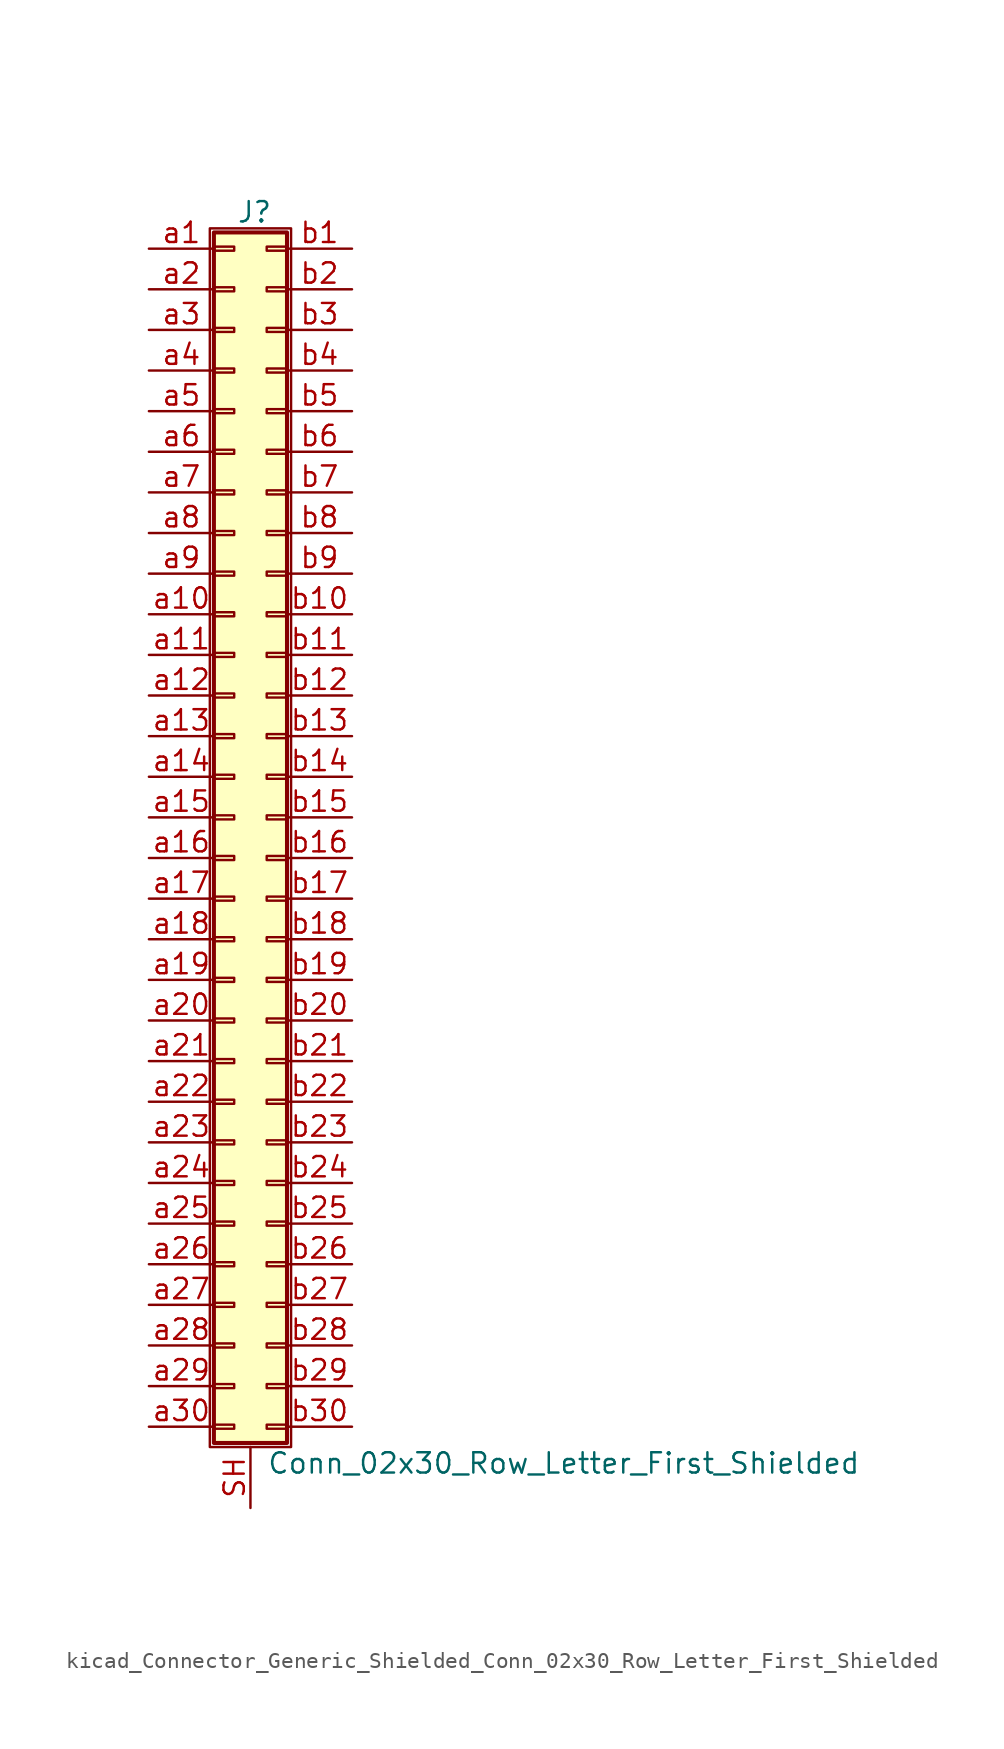
<source format=kicad_sym>
(kicad_symbol_lib
  (version 20220914)
  (generator kicad_symbol_editor)
  (symbol "kicad_Connector_Generic_Shielded_Conn_02x30_Row_Letter_First_Shielded"
    (pin_names
      (offset 1.016) hide)
    (property "Reference" "J"
      (at 1.524 37.846 0)
      (effects (font (size 1.27 1.27))))
    (property "Value" "Conn_02x30_Row_Letter_First_Shielded"
      (at 2.286 -40.386 0)
      (effects (font (size 1.27 1.27)) (justify left)))
    (symbol "kicad_Connector_Generic_Shielded_Conn_02x30_Row_Letter_First_Shielded_1_1"
      (rectangle (start -1.27 36.83) (end 3.81 -39.37) (stroke (width 0.152) (type default)) (fill (type none)))
      (rectangle (start -1.016 -37.973) (end 0.254 -38.227) (stroke (width 0.152) (type default)) (fill (type none)))
      (rectangle (start -1.016 -35.433) (end 0.254 -35.687) (stroke (width 0.152) (type default)) (fill (type none)))
      (rectangle (start -1.016 -32.893) (end 0.254 -33.147) (stroke (width 0.152) (type default)) (fill (type none)))
      (rectangle (start -1.016 -30.353) (end 0.254 -30.607) (stroke (width 0.152) (type default)) (fill (type none)))
      (rectangle (start -1.016 -27.813) (end 0.254 -28.067) (stroke (width 0.152) (type default)) (fill (type none)))
      (rectangle (start -1.016 -25.273) (end 0.254 -25.527) (stroke (width 0.152) (type default)) (fill (type none)))
      (rectangle (start -1.016 -22.733) (end 0.254 -22.987) (stroke (width 0.152) (type default)) (fill (type none)))
      (rectangle (start -1.016 -20.193) (end 0.254 -20.447) (stroke (width 0.152) (type default)) (fill (type none)))
      (rectangle (start -1.016 -17.653) (end 0.254 -17.907) (stroke (width 0.152) (type default)) (fill (type none)))
      (rectangle (start -1.016 -15.113) (end 0.254 -15.367) (stroke (width 0.152) (type default)) (fill (type none)))
      (rectangle (start -1.016 -12.573) (end 0.254 -12.827) (stroke (width 0.152) (type default)) (fill (type none)))
      (rectangle (start -1.016 -10.033) (end 0.254 -10.287) (stroke (width 0.152) (type default)) (fill (type none)))
      (rectangle (start -1.016 -7.493) (end 0.254 -7.747) (stroke (width 0.152) (type default)) (fill (type none)))
      (rectangle (start -1.016 -4.953) (end 0.254 -5.207) (stroke (width 0.152) (type default)) (fill (type none)))
      (rectangle (start -1.016 -2.413) (end 0.254 -2.667) (stroke (width 0.152) (type default)) (fill (type none)))
      (rectangle (start -1.016 0.127) (end 0.254 -0.127) (stroke (width 0.152) (type default)) (fill (type none)))
      (rectangle (start -1.016 2.667) (end 0.254 2.413) (stroke (width 0.152) (type default)) (fill (type none)))
      (rectangle (start -1.016 5.207) (end 0.254 4.953) (stroke (width 0.152) (type default)) (fill (type none)))
      (rectangle (start -1.016 7.747) (end 0.254 7.493) (stroke (width 0.152) (type default)) (fill (type none)))
      (rectangle (start -1.016 10.287) (end 0.254 10.033) (stroke (width 0.152) (type default)) (fill (type none)))
      (rectangle (start -1.016 12.827) (end 0.254 12.573) (stroke (width 0.152) (type default)) (fill (type none)))
      (rectangle (start -1.016 15.367) (end 0.254 15.113) (stroke (width 0.152) (type default)) (fill (type none)))
      (rectangle (start -1.016 17.907) (end 0.254 17.653) (stroke (width 0.152) (type default)) (fill (type none)))
      (rectangle (start -1.016 20.447) (end 0.254 20.193) (stroke (width 0.152) (type default)) (fill (type none)))
      (rectangle (start -1.016 22.987) (end 0.254 22.733) (stroke (width 0.152) (type default)) (fill (type none)))
      (rectangle (start -1.016 25.527) (end 0.254 25.273) (stroke (width 0.152) (type default)) (fill (type none)))
      (rectangle (start -1.016 28.067) (end 0.254 27.813) (stroke (width 0.152) (type default)) (fill (type none)))
      (rectangle (start -1.016 30.607) (end 0.254 30.353) (stroke (width 0.152) (type default)) (fill (type none)))
      (rectangle (start -1.016 33.147) (end 0.254 32.893) (stroke (width 0.152) (type default)) (fill (type none)))
      (rectangle (start -1.016 35.687) (end 0.254 35.433) (stroke (width 0.152) (type default)) (fill (type none)))
      (rectangle (start -1.016 36.576) (end 3.556 -39.116) (stroke (width 0.254) (type default)) (fill (type background)))
      (rectangle (start 3.556 -37.973) (end 2.286 -38.227) (stroke (width 0.152) (type default)) (fill (type none)))
      (rectangle (start 3.556 -35.433) (end 2.286 -35.687) (stroke (width 0.152) (type default)) (fill (type none)))
      (rectangle (start 3.556 -32.893) (end 2.286 -33.147) (stroke (width 0.152) (type default)) (fill (type none)))
      (rectangle (start 3.556 -30.353) (end 2.286 -30.607) (stroke (width 0.152) (type default)) (fill (type none)))
      (rectangle (start 3.556 -27.813) (end 2.286 -28.067) (stroke (width 0.152) (type default)) (fill (type none)))
      (rectangle (start 3.556 -25.273) (end 2.286 -25.527) (stroke (width 0.152) (type default)) (fill (type none)))
      (rectangle (start 3.556 -22.733) (end 2.286 -22.987) (stroke (width 0.152) (type default)) (fill (type none)))
      (rectangle (start 3.556 -20.193) (end 2.286 -20.447) (stroke (width 0.152) (type default)) (fill (type none)))
      (rectangle (start 3.556 -17.653) (end 2.286 -17.907) (stroke (width 0.152) (type default)) (fill (type none)))
      (rectangle (start 3.556 -15.113) (end 2.286 -15.367) (stroke (width 0.152) (type default)) (fill (type none)))
      (rectangle (start 3.556 -12.573) (end 2.286 -12.827) (stroke (width 0.152) (type default)) (fill (type none)))
      (rectangle (start 3.556 -10.033) (end 2.286 -10.287) (stroke (width 0.152) (type default)) (fill (type none)))
      (rectangle (start 3.556 -7.493) (end 2.286 -7.747) (stroke (width 0.152) (type default)) (fill (type none)))
      (rectangle (start 3.556 -4.953) (end 2.286 -5.207) (stroke (width 0.152) (type default)) (fill (type none)))
      (rectangle (start 3.556 -2.413) (end 2.286 -2.667) (stroke (width 0.152) (type default)) (fill (type none)))
      (rectangle (start 3.556 0.127) (end 2.286 -0.127) (stroke (width 0.152) (type default)) (fill (type none)))
      (rectangle (start 3.556 2.667) (end 2.286 2.413) (stroke (width 0.152) (type default)) (fill (type none)))
      (rectangle (start 3.556 5.207) (end 2.286 4.953) (stroke (width 0.152) (type default)) (fill (type none)))
      (rectangle (start 3.556 7.747) (end 2.286 7.493) (stroke (width 0.152) (type default)) (fill (type none)))
      (rectangle (start 3.556 10.287) (end 2.286 10.033) (stroke (width 0.152) (type default)) (fill (type none)))
      (rectangle (start 3.556 12.827) (end 2.286 12.573) (stroke (width 0.152) (type default)) (fill (type none)))
      (rectangle (start 3.556 15.367) (end 2.286 15.113) (stroke (width 0.152) (type default)) (fill (type none)))
      (rectangle (start 3.556 17.907) (end 2.286 17.653) (stroke (width 0.152) (type default)) (fill (type none)))
      (rectangle (start 3.556 20.447) (end 2.286 20.193) (stroke (width 0.152) (type default)) (fill (type none)))
      (rectangle (start 3.556 22.987) (end 2.286 22.733) (stroke (width 0.152) (type default)) (fill (type none)))
      (rectangle (start 3.556 25.527) (end 2.286 25.273) (stroke (width 0.152) (type default)) (fill (type none)))
      (rectangle (start 3.556 28.067) (end 2.286 27.813) (stroke (width 0.152) (type default)) (fill (type none)))
      (rectangle (start 3.556 30.607) (end 2.286 30.353) (stroke (width 0.152) (type default)) (fill (type none)))
      (rectangle (start 3.556 33.147) (end 2.286 32.893) (stroke (width 0.152) (type default)) (fill (type none)))
      (rectangle (start 3.556 35.687) (end 2.286 35.433) (stroke (width 0.152) (type default)) (fill (type none)))
      (pin passive line (at 1.27 -43.18 90) (length 3.81) (name "Shield" (effects (font (size 1.27 1.27)))) (number "SH" (effects (font (size 1.27 1.27)))))
      (pin passive line (at -5.08 35.56 0) (length 4.064) (name "Pin_a1" (effects (font (size 1.27 1.27)))) (number "a1" (effects (font (size 1.27 1.27)))))
      (pin passive line (at -5.08 12.7 0) (length 4.064) (name "Pin_a10" (effects (font (size 1.27 1.27)))) (number "a10" (effects (font (size 1.27 1.27)))))
      (pin passive line (at -5.08 10.16 0) (length 4.064) (name "Pin_a11" (effects (font (size 1.27 1.27)))) (number "a11" (effects (font (size 1.27 1.27)))))
      (pin passive line (at -5.08 7.62 0) (length 4.064) (name "Pin_a12" (effects (font (size 1.27 1.27)))) (number "a12" (effects (font (size 1.27 1.27)))))
      (pin passive line (at -5.08 5.08 0) (length 4.064) (name "Pin_a13" (effects (font (size 1.27 1.27)))) (number "a13" (effects (font (size 1.27 1.27)))))
      (pin passive line (at -5.08 2.54 0) (length 4.064) (name "Pin_a14" (effects (font (size 1.27 1.27)))) (number "a14" (effects (font (size 1.27 1.27)))))
      (pin passive line (at -5.08 0 0) (length 4.064) (name "Pin_a15" (effects (font (size 1.27 1.27)))) (number "a15" (effects (font (size 1.27 1.27)))))
      (pin passive line (at -5.08 -2.54 0) (length 4.064) (name "Pin_a16" (effects (font (size 1.27 1.27)))) (number "a16" (effects (font (size 1.27 1.27)))))
      (pin passive line (at -5.08 -5.08 0) (length 4.064) (name "Pin_a17" (effects (font (size 1.27 1.27)))) (number "a17" (effects (font (size 1.27 1.27)))))
      (pin passive line (at -5.08 -7.62 0) (length 4.064) (name "Pin_a18" (effects (font (size 1.27 1.27)))) (number "a18" (effects (font (size 1.27 1.27)))))
      (pin passive line (at -5.08 -10.16 0) (length 4.064) (name "Pin_a19" (effects (font (size 1.27 1.27)))) (number "a19" (effects (font (size 1.27 1.27)))))
      (pin passive line (at -5.08 33.02 0) (length 4.064) (name "Pin_a2" (effects (font (size 1.27 1.27)))) (number "a2" (effects (font (size 1.27 1.27)))))
      (pin passive line (at -5.08 -12.7 0) (length 4.064) (name "Pin_a20" (effects (font (size 1.27 1.27)))) (number "a20" (effects (font (size 1.27 1.27)))))
      (pin passive line (at -5.08 -15.24 0) (length 4.064) (name "Pin_a21" (effects (font (size 1.27 1.27)))) (number "a21" (effects (font (size 1.27 1.27)))))
      (pin passive line (at -5.08 -17.78 0) (length 4.064) (name "Pin_a22" (effects (font (size 1.27 1.27)))) (number "a22" (effects (font (size 1.27 1.27)))))
      (pin passive line (at -5.08 -20.32 0) (length 4.064) (name "Pin_a23" (effects (font (size 1.27 1.27)))) (number "a23" (effects (font (size 1.27 1.27)))))
      (pin passive line (at -5.08 -22.86 0) (length 4.064) (name "Pin_a24" (effects (font (size 1.27 1.27)))) (number "a24" (effects (font (size 1.27 1.27)))))
      (pin passive line (at -5.08 -25.4 0) (length 4.064) (name "Pin_a25" (effects (font (size 1.27 1.27)))) (number "a25" (effects (font (size 1.27 1.27)))))
      (pin passive line (at -5.08 -27.94 0) (length 4.064) (name "Pin_a26" (effects (font (size 1.27 1.27)))) (number "a26" (effects (font (size 1.27 1.27)))))
      (pin passive line (at -5.08 -30.48 0) (length 4.064) (name "Pin_a27" (effects (font (size 1.27 1.27)))) (number "a27" (effects (font (size 1.27 1.27)))))
      (pin passive line (at -5.08 -33.02 0) (length 4.064) (name "Pin_a28" (effects (font (size 1.27 1.27)))) (number "a28" (effects (font (size 1.27 1.27)))))
      (pin passive line (at -5.08 -35.56 0) (length 4.064) (name "Pin_a29" (effects (font (size 1.27 1.27)))) (number "a29" (effects (font (size 1.27 1.27)))))
      (pin passive line (at -5.08 30.48 0) (length 4.064) (name "Pin_a3" (effects (font (size 1.27 1.27)))) (number "a3" (effects (font (size 1.27 1.27)))))
      (pin passive line (at -5.08 -38.1 0) (length 4.064) (name "Pin_a30" (effects (font (size 1.27 1.27)))) (number "a30" (effects (font (size 1.27 1.27)))))
      (pin passive line (at -5.08 27.94 0) (length 4.064) (name "Pin_a4" (effects (font (size 1.27 1.27)))) (number "a4" (effects (font (size 1.27 1.27)))))
      (pin passive line (at -5.08 25.4 0) (length 4.064) (name "Pin_a5" (effects (font (size 1.27 1.27)))) (number "a5" (effects (font (size 1.27 1.27)))))
      (pin passive line (at -5.08 22.86 0) (length 4.064) (name "Pin_a6" (effects (font (size 1.27 1.27)))) (number "a6" (effects (font (size 1.27 1.27)))))
      (pin passive line (at -5.08 20.32 0) (length 4.064) (name "Pin_a7" (effects (font (size 1.27 1.27)))) (number "a7" (effects (font (size 1.27 1.27)))))
      (pin passive line (at -5.08 17.78 0) (length 4.064) (name "Pin_a8" (effects (font (size 1.27 1.27)))) (number "a8" (effects (font (size 1.27 1.27)))))
      (pin passive line (at -5.08 15.24 0) (length 4.064) (name "Pin_a9" (effects (font (size 1.27 1.27)))) (number "a9" (effects (font (size 1.27 1.27)))))
      (pin passive line (at 7.62 35.56 180) (length 4.064) (name "Pin_b1" (effects (font (size 1.27 1.27)))) (number "b1" (effects (font (size 1.27 1.27)))))
      (pin passive line (at 7.62 12.7 180) (length 4.064) (name "Pin_b10" (effects (font (size 1.27 1.27)))) (number "b10" (effects (font (size 1.27 1.27)))))
      (pin passive line (at 7.62 10.16 180) (length 4.064) (name "Pin_b11" (effects (font (size 1.27 1.27)))) (number "b11" (effects (font (size 1.27 1.27)))))
      (pin passive line (at 7.62 7.62 180) (length 4.064) (name "Pin_b12" (effects (font (size 1.27 1.27)))) (number "b12" (effects (font (size 1.27 1.27)))))
      (pin passive line (at 7.62 5.08 180) (length 4.064) (name "Pin_b13" (effects (font (size 1.27 1.27)))) (number "b13" (effects (font (size 1.27 1.27)))))
      (pin passive line (at 7.62 2.54 180) (length 4.064) (name "Pin_b14" (effects (font (size 1.27 1.27)))) (number "b14" (effects (font (size 1.27 1.27)))))
      (pin passive line (at 7.62 0 180) (length 4.064) (name "Pin_b15" (effects (font (size 1.27 1.27)))) (number "b15" (effects (font (size 1.27 1.27)))))
      (pin passive line (at 7.62 -2.54 180) (length 4.064) (name "Pin_b16" (effects (font (size 1.27 1.27)))) (number "b16" (effects (font (size 1.27 1.27)))))
      (pin passive line (at 7.62 -5.08 180) (length 4.064) (name "Pin_b17" (effects (font (size 1.27 1.27)))) (number "b17" (effects (font (size 1.27 1.27)))))
      (pin passive line (at 7.62 -7.62 180) (length 4.064) (name "Pin_b18" (effects (font (size 1.27 1.27)))) (number "b18" (effects (font (size 1.27 1.27)))))
      (pin passive line (at 7.62 -10.16 180) (length 4.064) (name "Pin_b19" (effects (font (size 1.27 1.27)))) (number "b19" (effects (font (size 1.27 1.27)))))
      (pin passive line (at 7.62 33.02 180) (length 4.064) (name "Pin_b2" (effects (font (size 1.27 1.27)))) (number "b2" (effects (font (size 1.27 1.27)))))
      (pin passive line (at 7.62 -12.7 180) (length 4.064) (name "Pin_b20" (effects (font (size 1.27 1.27)))) (number "b20" (effects (font (size 1.27 1.27)))))
      (pin passive line (at 7.62 -15.24 180) (length 4.064) (name "Pin_b21" (effects (font (size 1.27 1.27)))) (number "b21" (effects (font (size 1.27 1.27)))))
      (pin passive line (at 7.62 -17.78 180) (length 4.064) (name "Pin_b22" (effects (font (size 1.27 1.27)))) (number "b22" (effects (font (size 1.27 1.27)))))
      (pin passive line (at 7.62 -20.32 180) (length 4.064) (name "Pin_b23" (effects (font (size 1.27 1.27)))) (number "b23" (effects (font (size 1.27 1.27)))))
      (pin passive line (at 7.62 -22.86 180) (length 4.064) (name "Pin_b24" (effects (font (size 1.27 1.27)))) (number "b24" (effects (font (size 1.27 1.27)))))
      (pin passive line (at 7.62 -25.4 180) (length 4.064) (name "Pin_b25" (effects (font (size 1.27 1.27)))) (number "b25" (effects (font (size 1.27 1.27)))))
      (pin passive line (at 7.62 -27.94 180) (length 4.064) (name "Pin_b26" (effects (font (size 1.27 1.27)))) (number "b26" (effects (font (size 1.27 1.27)))))
      (pin passive line (at 7.62 -30.48 180) (length 4.064) (name "Pin_b27" (effects (font (size 1.27 1.27)))) (number "b27" (effects (font (size 1.27 1.27)))))
      (pin passive line (at 7.62 -33.02 180) (length 4.064) (name "Pin_b28" (effects (font (size 1.27 1.27)))) (number "b28" (effects (font (size 1.27 1.27)))))
      (pin passive line (at 7.62 -35.56 180) (length 4.064) (name "Pin_b29" (effects (font (size 1.27 1.27)))) (number "b29" (effects (font (size 1.27 1.27)))))
      (pin passive line (at 7.62 30.48 180) (length 4.064) (name "Pin_b3" (effects (font (size 1.27 1.27)))) (number "b3" (effects (font (size 1.27 1.27)))))
      (pin passive line (at 7.62 -38.1 180) (length 4.064) (name "Pin_b30" (effects (font (size 1.27 1.27)))) (number "b30" (effects (font (size 1.27 1.27)))))
      (pin passive line (at 7.62 27.94 180) (length 4.064) (name "Pin_b4" (effects (font (size 1.27 1.27)))) (number "b4" (effects (font (size 1.27 1.27)))))
      (pin passive line (at 7.62 25.4 180) (length 4.064) (name "Pin_b5" (effects (font (size 1.27 1.27)))) (number "b5" (effects (font (size 1.27 1.27)))))
      (pin passive line (at 7.62 22.86 180) (length 4.064) (name "Pin_b6" (effects (font (size 1.27 1.27)))) (number "b6" (effects (font (size 1.27 1.27)))))
      (pin passive line (at 7.62 20.32 180) (length 4.064) (name "Pin_b7" (effects (font (size 1.27 1.27)))) (number "b7" (effects (font (size 1.27 1.27)))))
      (pin passive line (at 7.62 17.78 180) (length 4.064) (name "Pin_b8" (effects (font (size 1.27 1.27)))) (number "b8" (effects (font (size 1.27 1.27)))))
      (pin passive line (at 7.62 15.24 180) (length 4.064) (name "Pin_b9" (effects (font (size 1.27 1.27)))) (number "b9" (effects (font (size 1.27 1.27))))))))
</source>
